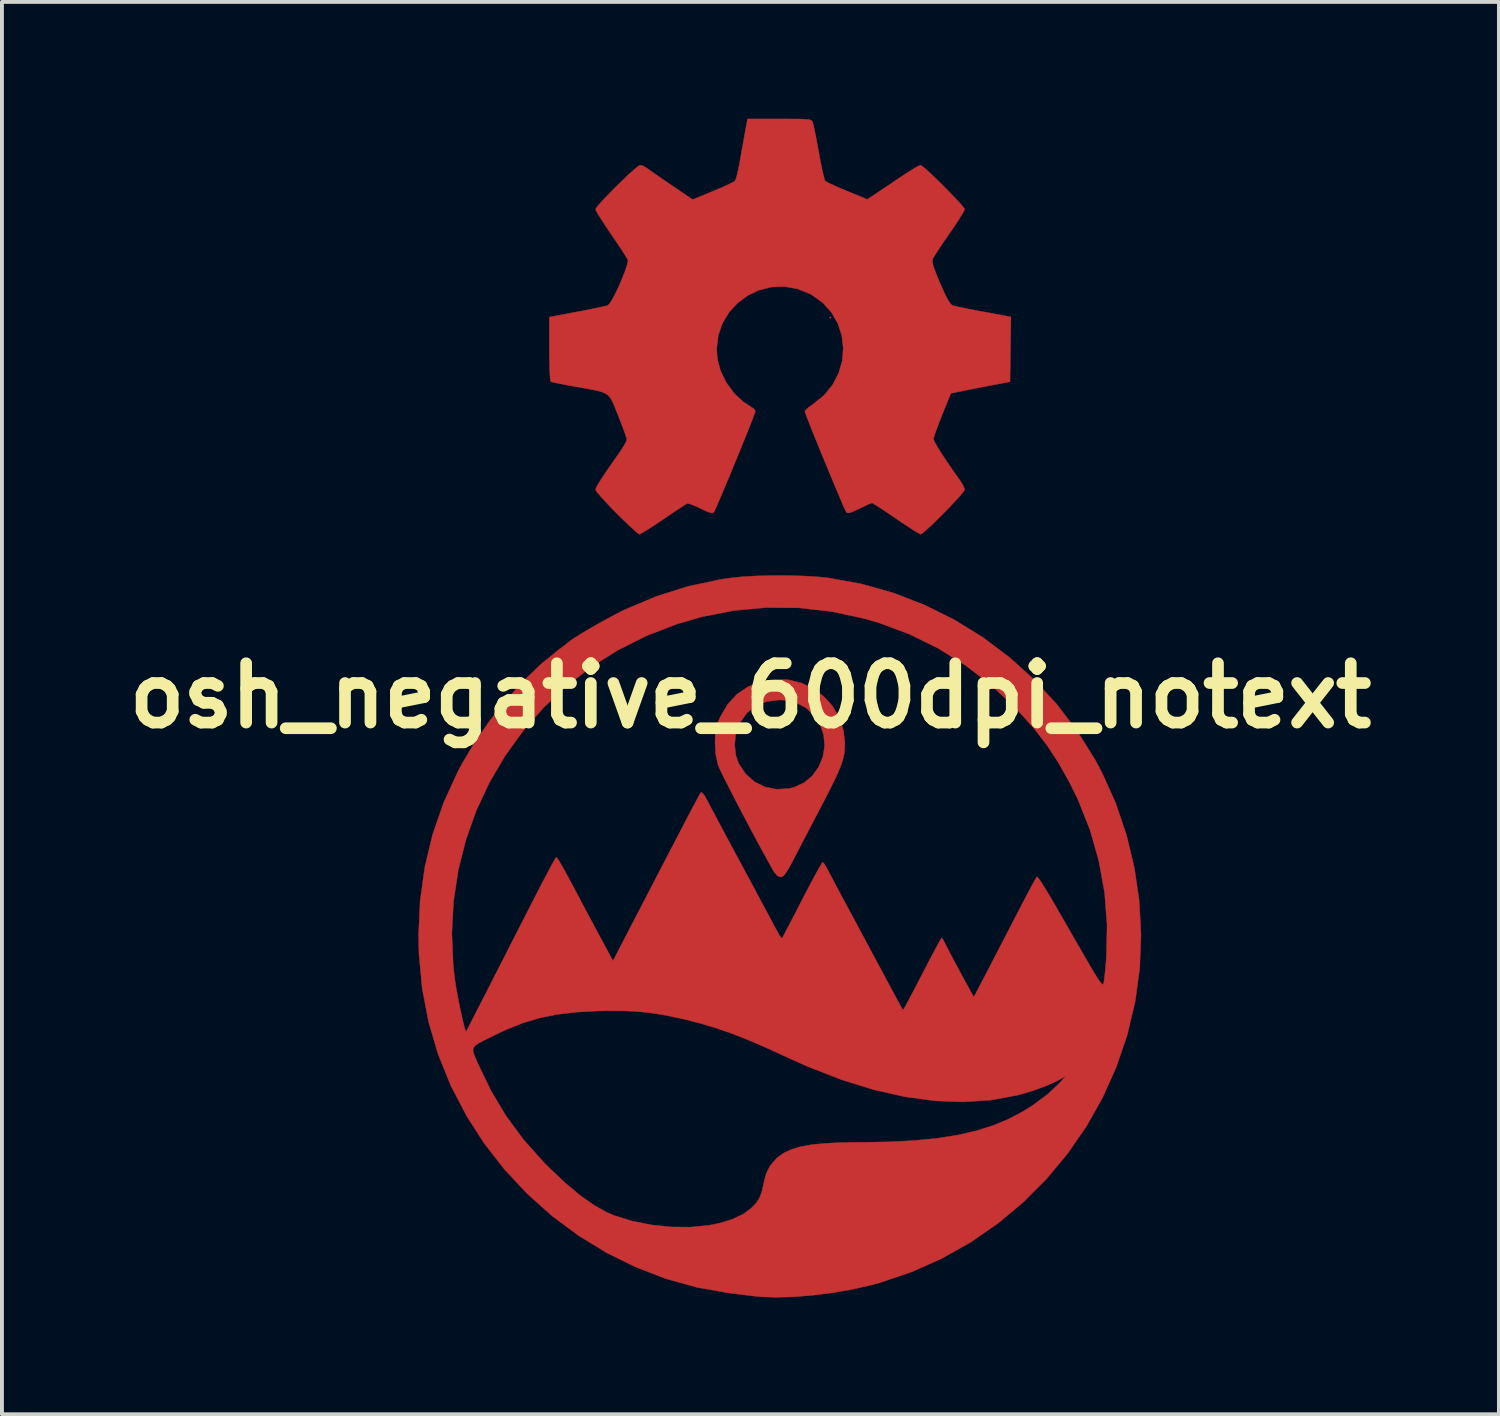
<source format=kicad_pcb>
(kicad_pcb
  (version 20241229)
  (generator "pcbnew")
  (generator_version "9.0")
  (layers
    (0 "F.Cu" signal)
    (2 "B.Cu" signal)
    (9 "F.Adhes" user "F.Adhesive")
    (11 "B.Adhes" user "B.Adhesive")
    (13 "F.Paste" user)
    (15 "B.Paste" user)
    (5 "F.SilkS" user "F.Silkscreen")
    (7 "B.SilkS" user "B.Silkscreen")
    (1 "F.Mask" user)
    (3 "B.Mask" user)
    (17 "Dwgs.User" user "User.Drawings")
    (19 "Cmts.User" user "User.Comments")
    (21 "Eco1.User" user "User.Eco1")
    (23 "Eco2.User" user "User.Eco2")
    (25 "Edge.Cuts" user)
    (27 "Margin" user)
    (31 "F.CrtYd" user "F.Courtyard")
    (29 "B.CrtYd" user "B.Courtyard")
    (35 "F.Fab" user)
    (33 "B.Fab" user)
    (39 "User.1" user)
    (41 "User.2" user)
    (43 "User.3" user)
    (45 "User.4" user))
  (footprint "osh_negative_600dpi_notext"
    (layer "F.Cu")
    (at 16.227 14.822)
    (property "Reference" "osh_negative_600dpi_notext" (at 0 0 0) (layer "F.SilkS") (effects (font (size 1.524 1.524) (thickness 0.3))))
    (attr through_hole)
    (fp_poly (pts (xy 2.074 -9.716) (xy 2.053 -9.694) (xy 2.032 -9.716) (xy 2.053 -9.737) (xy 2.074 -9.716)) (stroke (width 0.01) (type solid)) (fill yes) (layer "F.Cu"))
    (fp_poly (pts (xy 0.965 -0.411) (xy 1.3 -0.33) (xy 1.608 -0.186) (xy 1.88 0.014) (xy 2.108 0.264) (xy 2.28 0.557) (xy 2.389 0.886) (xy 2.425 1.206) (xy 2.423 1.351) (xy 2.408 1.489) (xy 2.377 1.632) (xy 2.325 1.791) (xy 2.249 1.978) (xy 2.143 2.205) (xy 2.003 2.483) (xy 1.842 2.794) (xy 1.694 3.077) (xy 1.539 3.374) (xy 1.388 3.663) (xy 1.254 3.922) (xy 1.146 4.128) (xy 1.141 4.138) (xy 1.029 4.351) (xy 0.945 4.498) (xy 0.881 4.591) (xy 0.831 4.64) (xy 0.785 4.656) (xy 0.777 4.657) (xy 0.694 4.627) (xy 0.611 4.531) (xy 0.579 4.477) (xy 0.451 4.248) (xy 0.306 3.984) (xy 0.15 3.696) (xy -0.012 3.393) (xy -0.174 3.087) (xy -0.33 2.789) (xy -0.475 2.509) (xy -0.603 2.258) (xy -0.708 2.047) (xy -0.785 1.887) (xy -0.828 1.789) (xy -0.832 1.778) (xy -0.892 1.498) (xy -0.905 1.268) (xy -0.405 1.268) (xy -0.374 1.535) (xy -0.3 1.744) (xy -0.121 2.01) (xy 0.107 2.212) (xy 0.375 2.344) (xy 0.671 2.403) (xy 0.985 2.385) (xy 1.127 2.35) (xy 1.38 2.234) (xy 1.592 2.055) (xy 1.754 1.828) (xy 1.861 1.57) (xy 1.906 1.292) (xy 1.882 1.012) (xy 1.811 0.797) (xy 1.644 0.52) (xy 1.429 0.312) (xy 1.169 0.176) (xy 0.868 0.113) (xy 0.741 0.109) (xy 0.419 0.148) (xy 0.144 0.257) (xy -0.085 0.437) (xy -0.267 0.688) (xy -0.303 0.758) (xy -0.381 0.998) (xy -0.405 1.268) (xy -0.905 1.268) (xy -0.909 1.185) (xy -0.904 0.989) (xy -0.885 0.841) (xy -0.846 0.707) (xy -0.779 0.552) (xy -0.778 0.548) (xy -0.583 0.218) (xy -0.342 -0.043) (xy -0.05 -0.238) (xy 0.251 -0.356) (xy 0.612 -0.422) (xy 0.965 -0.411)) (stroke (width 0.01) (type solid)) (fill yes) (layer "F.Cu"))
    (fp_poly (pts (xy 1.029 -14.816) (xy 1.239 -14.815) (xy 1.387 -14.81) (xy 1.485 -14.802) (xy 1.545 -14.789) (xy 1.578 -14.769) (xy 1.595 -14.741) (xy 1.603 -14.721) (xy 1.621 -14.648) (xy 1.651 -14.508) (xy 1.689 -14.318) (xy 1.73 -14.094) (xy 1.757 -13.949) (xy 1.8 -13.717) (xy 1.842 -13.513) (xy 1.88 -13.353) (xy 1.909 -13.25) (xy 1.922 -13.223) (xy 1.977 -13.189) (xy 2.095 -13.132) (xy 2.258 -13.059) (xy 2.451 -12.977) (xy 2.485 -12.963) (xy 3.002 -12.751) (xy 3.172 -12.863) (xy 3.271 -12.929) (xy 3.421 -13.03) (xy 3.603 -13.152) (xy 3.797 -13.283) (xy 3.827 -13.303) (xy 4.007 -13.423) (xy 4.166 -13.523) (xy 4.288 -13.595) (xy 4.36 -13.629) (xy 4.369 -13.631) (xy 4.417 -13.602) (xy 4.512 -13.523) (xy 4.64 -13.405) (xy 4.791 -13.261) (xy 4.952 -13.102) (xy 5.112 -12.94) (xy 5.259 -12.787) (xy 5.381 -12.654) (xy 5.466 -12.554) (xy 5.503 -12.498) (xy 5.503 -12.494) (xy 5.48 -12.442) (xy 5.416 -12.333) (xy 5.32 -12.182) (xy 5.199 -12.001) (xy 5.117 -11.881) (xy 4.981 -11.684) (xy 4.861 -11.506) (xy 4.765 -11.359) (xy 4.703 -11.26) (xy 4.687 -11.23) (xy 4.675 -11.177) (xy 4.682 -11.102) (xy 4.714 -10.991) (xy 4.774 -10.831) (xy 4.866 -10.609) (xy 4.87 -10.6) (xy 4.984 -10.343) (xy 5.076 -10.163) (xy 5.147 -10.059) (xy 5.183 -10.03) (xy 5.256 -10.009) (xy 5.393 -9.978) (xy 5.578 -9.939) (xy 5.794 -9.898) (xy 5.863 -9.885) (xy 6.087 -9.844) (xy 6.29 -9.806) (xy 6.453 -9.776) (xy 6.557 -9.756) (xy 6.573 -9.753) (xy 6.69 -9.73) (xy 6.679 -8.897) (xy 6.668 -8.065) (xy 6.265 -7.989) (xy 6.033 -7.945) (xy 5.779 -7.895) (xy 5.551 -7.85) (xy 5.506 -7.841) (xy 5.148 -7.768) (xy 4.925 -7.218) (xy 4.844 -7.013) (xy 4.776 -6.832) (xy 4.727 -6.691) (xy 4.703 -6.606) (xy 4.701 -6.595) (xy 4.725 -6.53) (xy 4.794 -6.406) (xy 4.902 -6.232) (xy 5.046 -6.015) (xy 5.218 -5.764) (xy 5.385 -5.529) (xy 5.455 -5.417) (xy 5.498 -5.323) (xy 5.503 -5.295) (xy 5.474 -5.245) (xy 5.396 -5.149) (xy 5.279 -5.019) (xy 5.136 -4.867) (xy 4.978 -4.704) (xy 4.817 -4.543) (xy 4.664 -4.394) (xy 4.533 -4.272) (xy 4.433 -4.186) (xy 4.377 -4.149) (xy 4.373 -4.149) (xy 4.324 -4.172) (xy 4.217 -4.235) (xy 4.067 -4.332) (xy 3.885 -4.453) (xy 3.741 -4.551) (xy 3.545 -4.684) (xy 3.373 -4.799) (xy 3.237 -4.887) (xy 3.15 -4.941) (xy 3.123 -4.953) (xy 3.071 -4.935) (xy 2.965 -4.888) (xy 2.825 -4.821) (xy 2.797 -4.806) (xy 2.637 -4.731) (xy 2.536 -4.697) (xy 2.479 -4.7) (xy 2.466 -4.711) (xy 2.439 -4.763) (xy 2.386 -4.881) (xy 2.312 -5.054) (xy 2.22 -5.27) (xy 2.116 -5.519) (xy 2.004 -5.788) (xy 1.889 -6.066) (xy 1.776 -6.341) (xy 1.67 -6.603) (xy 1.574 -6.84) (xy 1.495 -7.04) (xy 1.436 -7.192) (xy 1.403 -7.284) (xy 1.397 -7.306) (xy 1.43 -7.352) (xy 1.515 -7.424) (xy 1.603 -7.485) (xy 1.889 -7.715) (xy 2.11 -7.985) (xy 2.266 -8.285) (xy 2.358 -8.602) (xy 2.384 -8.928) (xy 2.347 -9.251) (xy 2.246 -9.561) (xy 2.082 -9.847) (xy 1.854 -10.099) (xy 1.563 -10.305) (xy 1.533 -10.321) (xy 1.2 -10.455) (xy 0.864 -10.512) (xy 0.534 -10.498) (xy 0.219 -10.418) (xy -0.072 -10.28) (xy -0.331 -10.088) (xy -0.549 -9.85) (xy -0.717 -9.571) (xy -0.826 -9.258) (xy -0.867 -8.916) (xy -0.85 -8.654) (xy -0.768 -8.346) (xy -0.621 -8.046) (xy -0.422 -7.774) (xy -0.185 -7.55) (xy 0.008 -7.425) (xy 0.091 -7.368) (xy 0.127 -7.313) (xy 0.127 -7.312) (xy 0.112 -7.261) (xy 0.068 -7.143) (xy 0.001 -6.971) (xy -0.085 -6.754) (xy -0.186 -6.506) (xy -0.295 -6.236) (xy -0.409 -5.958) (xy -0.523 -5.682) (xy -0.633 -5.419) (xy -0.733 -5.181) (xy -0.819 -4.98) (xy -0.886 -4.827) (xy -0.929 -4.734) (xy -0.942 -4.711) (xy -0.983 -4.694) (xy -1.064 -4.712) (xy -1.198 -4.769) (xy -1.278 -4.809) (xy -1.425 -4.878) (xy -1.545 -4.924) (xy -1.617 -4.941) (xy -1.624 -4.94) (xy -1.674 -4.91) (xy -1.78 -4.841) (xy -1.931 -4.742) (xy -2.112 -4.62) (xy -2.237 -4.535) (xy -2.431 -4.404) (xy -2.603 -4.292) (xy -2.739 -4.208) (xy -2.827 -4.158) (xy -2.852 -4.149) (xy -2.896 -4.177) (xy -2.989 -4.257) (xy -3.121 -4.378) (xy -3.28 -4.531) (xy -3.44 -4.689) (xy -3.613 -4.866) (xy -3.763 -5.026) (xy -3.881 -5.158) (xy -3.956 -5.251) (xy -3.979 -5.294) (xy -3.963 -5.346) (xy -3.91 -5.442) (xy -3.818 -5.588) (xy -3.684 -5.788) (xy -3.504 -6.047) (xy -3.36 -6.252) (xy -3.271 -6.387) (xy -3.205 -6.502) (xy -3.175 -6.575) (xy -3.175 -6.581) (xy -3.19 -6.643) (xy -3.232 -6.767) (xy -3.295 -6.937) (xy -3.372 -7.136) (xy -3.397 -7.198) (xy -3.475 -7.394) (xy -3.537 -7.541) (xy -3.596 -7.649) (xy -3.666 -7.727) (xy -3.759 -7.783) (xy -3.888 -7.825) (xy -4.065 -7.864) (xy -4.305 -7.907) (xy -4.484 -7.938) (xy -4.703 -7.978) (xy -4.892 -8.015) (xy -5.035 -8.045) (xy -5.117 -8.065) (xy -5.13 -8.069) (xy -5.141 -8.116) (xy -5.15 -8.235) (xy -5.158 -8.411) (xy -5.163 -8.632) (xy -5.165 -8.884) (xy -5.165 -8.909) (xy -5.165 -9.727) (xy -4.456 -9.86) (xy -4.215 -9.907) (xy -3.999 -9.95) (xy -3.823 -9.988) (xy -3.703 -10.017) (xy -3.659 -10.03) (xy -3.61 -10.082) (xy -3.54 -10.196) (xy -3.458 -10.354) (xy -3.372 -10.538) (xy -3.291 -10.729) (xy -3.22 -10.909) (xy -3.17 -11.061) (xy -3.147 -11.167) (xy -3.149 -11.199) (xy -3.181 -11.256) (xy -3.252 -11.369) (xy -3.355 -11.525) (xy -3.48 -11.711) (xy -3.577 -11.853) (xy -3.711 -12.051) (xy -3.826 -12.228) (xy -3.914 -12.37) (xy -3.967 -12.464) (xy -3.979 -12.496) (xy -3.95 -12.547) (xy -3.87 -12.643) (xy -3.751 -12.772) (xy -3.606 -12.923) (xy -3.445 -13.085) (xy -3.282 -13.244) (xy -3.127 -13.391) (xy -2.993 -13.512) (xy -2.891 -13.596) (xy -2.834 -13.631) (xy -2.831 -13.631) (xy -2.75 -13.607) (xy -2.662 -13.554) (xy -2.592 -13.503) (xy -2.467 -13.416) (xy -2.302 -13.302) (xy -2.113 -13.172) (xy -2.023 -13.111) (xy -1.484 -12.746) (xy -0.964 -12.96) (xy -0.767 -13.043) (xy -0.597 -13.119) (xy -0.471 -13.18) (xy -0.403 -13.218) (xy -0.399 -13.223) (xy -0.371 -13.284) (xy -0.337 -13.407) (xy -0.3 -13.571) (xy -0.285 -13.652) (xy -0.243 -13.885) (xy -0.196 -14.149) (xy -0.152 -14.393) (xy -0.146 -14.425) (xy -0.076 -14.817) (xy 0.746 -14.817) (xy 1.029 -14.816)) (stroke (width 0.01) (type solid)) (fill yes) (layer "F.Cu"))
    (fp_poly (pts (xy 0.984 -3.087) (xy 1.386 -3.076) (xy 1.75 -3.053) (xy 1.998 -3.027) (xy 2.849 -2.873) (xy 3.677 -2.639) (xy 4.477 -2.33) (xy 5.243 -1.949) (xy 5.97 -1.5) (xy 6.654 -0.986) (xy 7.29 -0.411) (xy 7.872 0.222) (xy 8.395 0.909) (xy 8.855 1.646) (xy 9.03 1.974) (xy 9.383 2.76) (xy 9.66 3.577) (xy 9.862 4.417) (xy 9.987 5.273) (xy 10.033 6.134) (xy 10 6.992) (xy 9.886 7.839) (xy 9.879 7.874) (xy 9.677 8.721) (xy 9.399 9.537) (xy 9.049 10.318) (xy 8.631 11.061) (xy 8.148 11.76) (xy 7.606 12.411) (xy 7.008 13.011) (xy 6.357 13.554) (xy 5.659 14.037) (xy 4.917 14.455) (xy 4.135 14.804) (xy 3.317 15.08) (xy 3.069 15.146) (xy 2.597 15.252) (xy 2.101 15.338) (xy 1.6 15.401) (xy 1.113 15.44) (xy 0.659 15.453) (xy 0.258 15.438) (xy 0.106 15.423) (xy 0.015 15.412) (xy -0.139 15.393) (xy -0.333 15.369) (xy -0.543 15.343) (xy -1.364 15.2) (xy -2.167 14.977) (xy -2.948 14.677) (xy -3.701 14.305) (xy -4.42 13.865) (xy -5.1 13.359) (xy -5.734 12.792) (xy -6.317 12.168) (xy -6.845 11.49) (xy -7.293 10.791) (xy -7.699 10.01) (xy -8.024 9.205) (xy -8.047 9.127) (xy -7.126 9.127) (xy -7.097 9.225) (xy -7.041 9.358) (xy -7.01 9.429) (xy -6.668 10.141) (xy -6.279 10.793) (xy -5.829 11.403) (xy -5.309 11.985) (xy -5.158 12.137) (xy -4.745 12.526) (xy -4.365 12.842) (xy -4.014 13.089) (xy -3.689 13.271) (xy -3.506 13.35) (xy -3.041 13.494) (xy -2.544 13.593) (xy -2.035 13.646) (xy -1.537 13.65) (xy -1.069 13.605) (xy -0.792 13.549) (xy -0.456 13.445) (xy -0.191 13.319) (xy 0.02 13.165) (xy 0.035 13.151) (xy 0.157 13.021) (xy 0.24 12.886) (xy 0.298 12.719) (xy 0.339 12.529) (xy 0.407 12.268) (xy 0.513 12.062) (xy 0.672 11.883) (xy 0.697 11.861) (xy 0.852 11.748) (xy 1.042 11.658) (xy 1.276 11.587) (xy 1.561 11.534) (xy 1.906 11.499) (xy 2.319 11.478) (xy 2.793 11.472) (xy 3.525 11.461) (xy 4.183 11.428) (xy 4.774 11.371) (xy 5.307 11.288) (xy 5.79 11.179) (xy 6.23 11.041) (xy 6.636 10.872) (xy 7.015 10.671) (xy 7.266 10.512) (xy 7.641 10.232) (xy 7.944 9.946) (xy 8.001 9.883) (xy 8.107 9.762) (xy 7.999 9.829) (xy 7.816 9.926) (xy 7.573 10.03) (xy 7.295 10.132) (xy 7.004 10.222) (xy 6.849 10.263) (xy 6.178 10.387) (xy 5.473 10.434) (xy 4.735 10.406) (xy 3.966 10.301) (xy 3.168 10.12) (xy 2.341 9.864) (xy 1.489 9.533) (xy 0.974 9.302) (xy 0.442 9.058) (xy -0.032 8.853) (xy -0.465 8.682) (xy -0.871 8.54) (xy -1.265 8.421) (xy -1.661 8.319) (xy -1.82 8.283) (xy -2.218 8.202) (xy -2.578 8.145) (xy -2.929 8.109) (xy -3.296 8.093) (xy -3.707 8.093) (xy -3.929 8.098) (xy -4.475 8.128) (xy -4.961 8.185) (xy -5.406 8.275) (xy -5.833 8.402) (xy -6.262 8.572) (xy -6.583 8.723) (xy -6.809 8.835) (xy -6.968 8.918) (xy -7.069 8.986) (xy -7.12 9.052) (xy -7.126 9.127) (xy -8.047 9.127) (xy -8.268 8.375) (xy -8.431 7.52) (xy -8.514 6.639) (xy -8.525 6.16) (xy -8.523 6.105) (xy -7.67 6.105) (xy -7.634 6.939) (xy -7.597 7.266) (xy -7.572 7.435) (xy -7.537 7.634) (xy -7.496 7.849) (xy -7.452 8.064) (xy -7.408 8.263) (xy -7.368 8.433) (xy -7.334 8.558) (xy -7.311 8.622) (xy -7.303 8.627) (xy -7.282 8.588) (xy -7.228 8.482) (xy -7.145 8.321) (xy -7.038 8.113) (xy -6.913 7.868) (xy -6.773 7.595) (xy -6.743 7.535) (xy -6.567 7.19) (xy -6.365 6.795) (xy -6.151 6.374) (xy -5.936 5.953) (xy -5.734 5.557) (xy -5.604 5.302) (xy -5.457 5.016) (xy -5.322 4.755) (xy -5.203 4.53) (xy -5.106 4.348) (xy -5.035 4.221) (xy -4.995 4.155) (xy -4.989 4.149) (xy -4.961 4.175) (xy -4.907 4.257) (xy -4.825 4.399) (xy -4.711 4.605) (xy -4.564 4.878) (xy -4.381 5.223) (xy -4.379 5.228) (xy -4.262 5.449) (xy -4.121 5.713) (xy -3.975 5.986) (xy -3.84 6.238) (xy -3.832 6.252) (xy -3.531 6.811) (xy -2.934 5.66) (xy -2.64 5.093) (xy -2.383 4.597) (xy -2.16 4.167) (xy -1.968 3.799) (xy -1.806 3.487) (xy -1.671 3.227) (xy -1.56 3.016) (xy -1.471 2.847) (xy -1.402 2.716) (xy -1.35 2.62) (xy -1.313 2.552) (xy -1.288 2.51) (xy -1.273 2.487) (xy -1.269 2.482) (xy -1.234 2.496) (xy -1.177 2.571) (xy -1.119 2.672) (xy -1.07 2.768) (xy -0.986 2.926) (xy -0.875 3.136) (xy -0.742 3.384) (xy -0.595 3.661) (xy -0.438 3.953) (xy -0.401 4.022) (xy -0.234 4.332) (xy -0.067 4.643) (xy 0.093 4.94) (xy 0.236 5.209) (xy 0.357 5.434) (xy 0.446 5.6) (xy 0.451 5.609) (xy 0.575 5.843) (xy 0.666 6.011) (xy 0.729 6.124) (xy 0.77 6.191) (xy 0.795 6.222) (xy 0.81 6.227) (xy 0.816 6.223) (xy 0.839 6.181) (xy 0.896 6.074) (xy 0.981 5.912) (xy 1.088 5.706) (xy 1.212 5.466) (xy 1.329 5.239) (xy 1.465 4.978) (xy 1.589 4.744) (xy 1.695 4.547) (xy 1.779 4.397) (xy 1.835 4.303) (xy 1.856 4.276) (xy 1.891 4.31) (xy 1.947 4.4) (xy 2 4.498) (xy 2.067 4.628) (xy 2.161 4.806) (xy 2.268 5.007) (xy 2.352 5.165) (xy 2.433 5.315) (xy 2.546 5.526) (xy 2.685 5.784) (xy 2.842 6.078) (xy 3.01 6.391) (xy 3.182 6.713) (xy 3.249 6.837) (xy 3.407 7.132) (xy 3.552 7.402) (xy 3.679 7.639) (xy 3.784 7.834) (xy 3.861 7.977) (xy 3.907 8.06) (xy 3.917 8.078) (xy 3.939 8.046) (xy 3.994 7.948) (xy 4.076 7.795) (xy 4.182 7.596) (xy 4.304 7.362) (xy 4.409 7.158) (xy 4.542 6.902) (xy 4.662 6.672) (xy 4.765 6.48) (xy 4.844 6.334) (xy 4.895 6.246) (xy 4.911 6.224) (xy 4.943 6.257) (xy 4.977 6.319) (xy 5.02 6.406) (xy 5.091 6.542) (xy 5.181 6.714) (xy 5.283 6.906) (xy 5.391 7.106) (xy 5.495 7.3) (xy 5.59 7.473) (xy 5.667 7.613) (xy 5.719 7.705) (xy 5.739 7.736) (xy 5.762 7.694) (xy 5.82 7.585) (xy 5.908 7.416) (xy 6.023 7.197) (xy 6.16 6.933) (xy 6.315 6.634) (xy 6.483 6.308) (xy 6.604 6.075) (xy 6.806 5.683) (xy 6.973 5.362) (xy 7.106 5.107) (xy 7.209 4.913) (xy 7.284 4.776) (xy 7.333 4.689) (xy 7.359 4.649) (xy 7.36 4.648) (xy 7.388 4.674) (xy 7.452 4.762) (xy 7.542 4.903) (xy 7.654 5.086) (xy 7.78 5.3) (xy 7.795 5.325) (xy 7.96 5.612) (xy 8.149 5.94) (xy 8.344 6.279) (xy 8.527 6.597) (xy 8.62 6.758) (xy 8.769 7.014) (xy 8.883 7.202) (xy 8.966 7.327) (xy 9.022 7.397) (xy 9.055 7.417) (xy 9.068 7.405) (xy 9.082 7.336) (xy 9.099 7.2) (xy 9.118 7.014) (xy 9.137 6.797) (xy 9.143 6.722) (xy 9.162 5.89) (xy 9.098 5.063) (xy 8.951 4.248) (xy 8.724 3.45) (xy 8.417 2.675) (xy 8.195 2.223) (xy 7.912 1.722) (xy 7.62 1.275) (xy 7.297 0.856) (xy 6.924 0.436) (xy 6.817 0.323) (xy 6.194 -0.264) (xy 5.528 -0.778) (xy 4.821 -1.219) (xy 4.076 -1.585) (xy 3.294 -1.876) (xy 2.9 -1.989) (xy 2.066 -2.166) (xy 1.233 -2.258) (xy 0.402 -2.265) (xy -0.426 -2.188) (xy -1.249 -2.027) (xy -1.884 -1.843) (xy -2.667 -1.541) (xy -3.405 -1.171) (xy -4.093 -0.737) (xy -4.731 -0.243) (xy -5.313 0.305) (xy -5.839 0.903) (xy -6.304 1.546) (xy -6.706 2.231) (xy -7.043 2.951) (xy -7.31 3.704) (xy -7.506 4.483) (xy -7.627 5.285) (xy -7.67 6.105) (xy -8.523 6.105) (xy -8.485 5.269) (xy -8.365 4.405) (xy -8.164 3.565) (xy -7.882 2.749) (xy -7.518 1.953) (xy -7.421 1.769) (xy -7.084 1.202) (xy -6.699 0.644) (xy -6.276 0.112) (xy -5.829 -0.381) (xy -5.37 -0.821) (xy -4.912 -1.192) (xy -4.894 -1.205) (xy -4.79 -1.282) (xy -4.717 -1.339) (xy -4.699 -1.355) (xy -4.633 -1.409) (xy -4.506 -1.494) (xy -4.332 -1.602) (xy -4.126 -1.725) (xy -3.901 -1.854) (xy -3.671 -1.981) (xy -3.451 -2.098) (xy -3.255 -2.197) (xy -3.216 -2.216) (xy -2.412 -2.555) (xy -1.594 -2.812) (xy -0.751 -2.99) (xy -0.517 -3.025) (xy -0.207 -3.057) (xy 0.163 -3.078) (xy 0.568 -3.088) (xy 0.984 -3.087)) (stroke (width 0.01) (type solid)) (fill yes) (layer "F.Cu")))
  (gr_rect
    (start -3 -3)
    (end 35.454 33.279)
    (stroke (width 0.1) (type default))
    (fill no)
    (layer "Edge.Cuts")))
</source>
